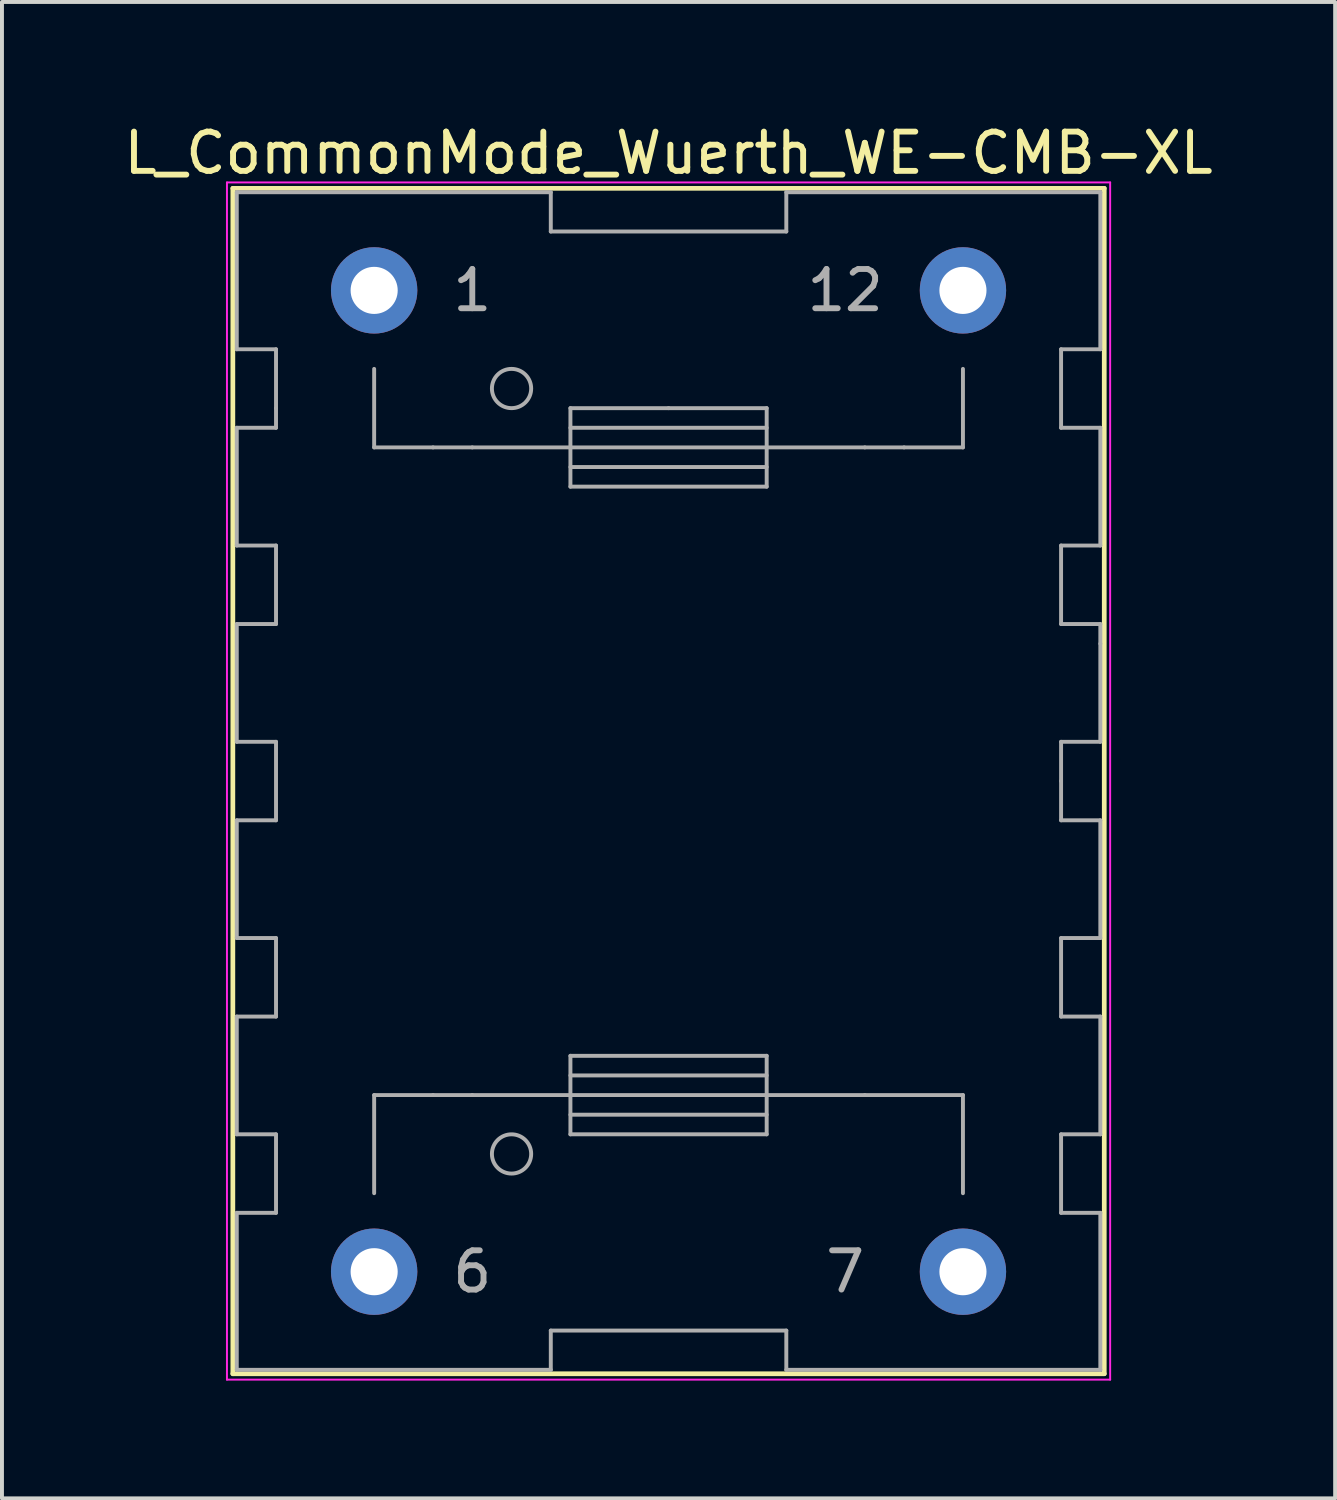
<source format=kicad_pcb>
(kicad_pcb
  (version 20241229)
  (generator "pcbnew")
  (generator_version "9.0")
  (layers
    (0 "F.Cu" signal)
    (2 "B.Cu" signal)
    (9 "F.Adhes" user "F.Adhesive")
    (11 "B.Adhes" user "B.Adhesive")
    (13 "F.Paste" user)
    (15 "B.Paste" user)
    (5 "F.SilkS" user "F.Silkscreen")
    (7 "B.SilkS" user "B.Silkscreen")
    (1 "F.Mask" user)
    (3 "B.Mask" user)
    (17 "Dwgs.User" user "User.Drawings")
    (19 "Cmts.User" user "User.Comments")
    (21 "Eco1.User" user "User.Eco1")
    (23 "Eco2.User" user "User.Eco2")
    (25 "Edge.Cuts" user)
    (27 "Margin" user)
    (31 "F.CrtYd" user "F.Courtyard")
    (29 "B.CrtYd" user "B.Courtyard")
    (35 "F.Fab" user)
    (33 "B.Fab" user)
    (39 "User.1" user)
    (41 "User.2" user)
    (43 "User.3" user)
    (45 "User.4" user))
  (footprint "L_CommonMode_Wuerth_WE-CMB-XL"
    (layer "F.Cu")
    (at 6.482 4.348)
    (property "Reference" "L_CommonMode_Wuerth_WE-CMB-XL" (at 7.5 -3.5 0) (layer "F.SilkS") (effects (font (size 1 1) (thickness 0.15))))
    (attr through_hole)
    (fp_line (start -3.6 -2.6) (end -3.6 27.6) (stroke (width 0.12) (type solid)) (layer "F.SilkS"))
    (fp_line (start -3.6 27.6) (end 18.6 27.6) (stroke (width 0.12) (type solid)) (layer "F.SilkS"))
    (fp_line (start 18.6 -2.6) (end -3.6 -2.6) (stroke (width 0.12) (type solid)) (layer "F.SilkS"))
    (fp_line (start 18.6 27.6) (end 18.6 -2.6) (stroke (width 0.12) (type solid)) (layer "F.SilkS"))
    (fp_line (start -3.75 -2.75) (end 18.75 -2.75) (stroke (width 0.05) (type solid)) (layer "F.CrtYd"))
    (fp_line (start -3.75 27.75) (end -3.75 -2.75) (stroke (width 0.05) (type solid)) (layer "F.CrtYd"))
    (fp_line (start 18.75 -2.75) (end 18.75 27.75) (stroke (width 0.05) (type solid)) (layer "F.CrtYd"))
    (fp_line (start 18.75 27.75) (end -3.75 27.75) (stroke (width 0.05) (type solid)) (layer "F.CrtYd"))
    (fp_line (start -3.5 -2.5) (end -3.5 1.5) (stroke (width 0.1) (type solid)) (layer "F.Fab"))
    (fp_line (start -3.5 1.5) (end -2.5 1.5) (stroke (width 0.1) (type solid)) (layer "F.Fab"))
    (fp_line (start -3.5 3.5) (end -3.5 6.5) (stroke (width 0.1) (type solid)) (layer "F.Fab"))
    (fp_line (start -3.5 6.5) (end -2.5 6.5) (stroke (width 0.1) (type solid)) (layer "F.Fab"))
    (fp_line (start -3.5 8.5) (end -3.5 11.5) (stroke (width 0.1) (type solid)) (layer "F.Fab"))
    (fp_line (start -3.5 11.5) (end -2.5 11.5) (stroke (width 0.1) (type solid)) (layer "F.Fab"))
    (fp_line (start -3.5 13.5) (end -3.5 16.5) (stroke (width 0.1) (type solid)) (layer "F.Fab"))
    (fp_line (start -3.5 16.5) (end -2.5 16.5) (stroke (width 0.1) (type solid)) (layer "F.Fab"))
    (fp_line (start -3.5 18.5) (end -3.5 21.5) (stroke (width 0.1) (type solid)) (layer "F.Fab"))
    (fp_line (start -3.5 21.5) (end -2.5 21.5) (stroke (width 0.1) (type solid)) (layer "F.Fab"))
    (fp_line (start -3.5 23.5) (end -3.5 27.5) (stroke (width 0.1) (type solid)) (layer "F.Fab"))
    (fp_line (start -2.5 1.5) (end -2.5 3) (stroke (width 0.1) (type solid)) (layer "F.Fab"))
    (fp_line (start -2.5 3) (end -2.5 3.5) (stroke (width 0.1) (type solid)) (layer "F.Fab"))
    (fp_line (start -2.5 3.5) (end -3.5 3.5) (stroke (width 0.1) (type solid)) (layer "F.Fab"))
    (fp_line (start -2.5 6.5) (end -2.5 8.5) (stroke (width 0.1) (type solid)) (layer "F.Fab"))
    (fp_line (start -2.5 8.5) (end -3.5 8.5) (stroke (width 0.1) (type solid)) (layer "F.Fab"))
    (fp_line (start -2.5 11.5) (end -2.5 13.5) (stroke (width 0.1) (type solid)) (layer "F.Fab"))
    (fp_line (start -2.5 13.5) (end -3.5 13.5) (stroke (width 0.1) (type solid)) (layer "F.Fab"))
    (fp_line (start -2.5 16.5) (end -2.5 18.5) (stroke (width 0.1) (type solid)) (layer "F.Fab"))
    (fp_line (start -2.5 18.5) (end -3.5 18.5) (stroke (width 0.1) (type solid)) (layer "F.Fab"))
    (fp_line (start -2.5 21.5) (end -2.5 23.5) (stroke (width 0.1) (type solid)) (layer "F.Fab"))
    (fp_line (start -2.5 23.5) (end -3.5 23.5) (stroke (width 0.1) (type solid)) (layer "F.Fab"))
    (fp_line (start 0 4) (end 0 2) (stroke (width 0.1) (type solid)) (layer "F.Fab"))
    (fp_line (start 0 20.5) (end 0 23) (stroke (width 0.1) (type solid)) (layer "F.Fab"))
    (fp_line (start 1.5 4) (end 0 4) (stroke (width 0.1) (type solid)) (layer "F.Fab"))
    (fp_line (start 1.5 20.5) (end 0 20.5) (stroke (width 0.1) (type solid)) (layer "F.Fab"))
    (fp_line (start 2.5 4) (end 1.5 4) (stroke (width 0.1) (type solid)) (layer "F.Fab"))
    (fp_line (start 2.5 20.5) (end 1.5 20.5) (stroke (width 0.1) (type solid)) (layer "F.Fab"))
    (fp_line (start 2.5 20.5) (end 5 20.5) (stroke (width 0.1) (type solid)) (layer "F.Fab"))
    (fp_line (start 4.5 -2.5) (end -3.5 -2.5) (stroke (width 0.1) (type solid)) (layer "F.Fab"))
    (fp_line (start 4.5 -1.5) (end 4.5 -2.5) (stroke (width 0.1) (type solid)) (layer "F.Fab"))
    (fp_line (start 4.5 26.5) (end 4.5 27.5) (stroke (width 0.1) (type solid)) (layer "F.Fab"))
    (fp_line (start 4.5 27.5) (end -3.5 27.5) (stroke (width 0.1) (type solid)) (layer "F.Fab"))
    (fp_line (start 5 3) (end 7.5 3) (stroke (width 0.1) (type solid)) (layer "F.Fab"))
    (fp_line (start 5 4) (end 2.5 4) (stroke (width 0.1) (type solid)) (layer "F.Fab"))
    (fp_line (start 5 4) (end 10 4) (stroke (width 0.1) (type solid)) (layer "F.Fab"))
    (fp_line (start 5 4.5) (end 10 4.5) (stroke (width 0.1) (type solid)) (layer "F.Fab"))
    (fp_line (start 5 5) (end 5 3) (stroke (width 0.1) (type solid)) (layer "F.Fab"))
    (fp_line (start 5 19.5) (end 10 19.5) (stroke (width 0.1) (type solid)) (layer "F.Fab"))
    (fp_line (start 5 21) (end 10 21) (stroke (width 0.1) (type solid)) (layer "F.Fab"))
    (fp_line (start 5 21.5) (end 5 19.5) (stroke (width 0.1) (type solid)) (layer "F.Fab"))
    (fp_line (start 7.5 3) (end 10 3) (stroke (width 0.1) (type solid)) (layer "F.Fab"))
    (fp_line (start 10 3) (end 10 5) (stroke (width 0.1) (type solid)) (layer "F.Fab"))
    (fp_line (start 10 3.5) (end 5 3.5) (stroke (width 0.1) (type solid)) (layer "F.Fab"))
    (fp_line (start 10 4) (end 12.5 4) (stroke (width 0.1) (type solid)) (layer "F.Fab"))
    (fp_line (start 10 5) (end 5 5) (stroke (width 0.1) (type solid)) (layer "F.Fab"))
    (fp_line (start 10 19.5) (end 10 21.5) (stroke (width 0.1) (type solid)) (layer "F.Fab"))
    (fp_line (start 10 20) (end 5 20) (stroke (width 0.1) (type solid)) (layer "F.Fab"))
    (fp_line (start 10 20.5) (end 5 20.5) (stroke (width 0.1) (type solid)) (layer "F.Fab"))
    (fp_line (start 10 21.5) (end 5 21.5) (stroke (width 0.1) (type solid)) (layer "F.Fab"))
    (fp_line (start 10.5 -2.5) (end 10.5 -1.5) (stroke (width 0.1) (type solid)) (layer "F.Fab"))
    (fp_line (start 10.5 -1.5) (end 4.5 -1.5) (stroke (width 0.1) (type solid)) (layer "F.Fab"))
    (fp_line (start 10.5 26.5) (end 4.5 26.5) (stroke (width 0.1) (type solid)) (layer "F.Fab"))
    (fp_line (start 10.5 27.5) (end 10.5 26.5) (stroke (width 0.1) (type solid)) (layer "F.Fab"))
    (fp_line (start 12.5 4) (end 13.5 4) (stroke (width 0.1) (type solid)) (layer "F.Fab"))
    (fp_line (start 12.5 20.5) (end 10 20.5) (stroke (width 0.1) (type solid)) (layer "F.Fab"))
    (fp_line (start 12.5 20.5) (end 15 20.5) (stroke (width 0.1) (type solid)) (layer "F.Fab"))
    (fp_line (start 13.5 4) (end 15 4) (stroke (width 0.1) (type solid)) (layer "F.Fab"))
    (fp_line (start 15 4) (end 15 2) (stroke (width 0.1) (type solid)) (layer "F.Fab"))
    (fp_line (start 15 20.5) (end 15 23) (stroke (width 0.1) (type solid)) (layer "F.Fab"))
    (fp_line (start 17.5 1.5) (end 18.5 1.5) (stroke (width 0.1) (type solid)) (layer "F.Fab"))
    (fp_line (start 17.5 3.5) (end 17.5 1.5) (stroke (width 0.1) (type solid)) (layer "F.Fab"))
    (fp_line (start 17.5 6.5) (end 18.5 6.5) (stroke (width 0.1) (type solid)) (layer "F.Fab"))
    (fp_line (start 17.5 8.5) (end 17.5 6.5) (stroke (width 0.1) (type solid)) (layer "F.Fab"))
    (fp_line (start 17.5 11.5) (end 18.5 11.5) (stroke (width 0.1) (type solid)) (layer "F.Fab"))
    (fp_line (start 17.5 12.5) (end 17.5 11.5) (stroke (width 0.1) (type solid)) (layer "F.Fab"))
    (fp_line (start 17.5 12.5) (end 17.5 13.5) (stroke (width 0.1) (type solid)) (layer "F.Fab"))
    (fp_line (start 17.5 13.5) (end 18.5 13.5) (stroke (width 0.1) (type solid)) (layer "F.Fab"))
    (fp_line (start 17.5 16.5) (end 17.5 18.5) (stroke (width 0.1) (type solid)) (layer "F.Fab"))
    (fp_line (start 17.5 18.5) (end 18.5 18.5) (stroke (width 0.1) (type solid)) (layer "F.Fab"))
    (fp_line (start 17.5 21.5) (end 17.5 23.5) (stroke (width 0.1) (type solid)) (layer "F.Fab"))
    (fp_line (start 17.5 23.5) (end 18.5 23.5) (stroke (width 0.1) (type solid)) (layer "F.Fab"))
    (fp_line (start 18.5 -2.5) (end 10.5 -2.5) (stroke (width 0.1) (type solid)) (layer "F.Fab"))
    (fp_line (start 18.5 1.5) (end 18.5 -2.5) (stroke (width 0.1) (type solid)) (layer "F.Fab"))
    (fp_line (start 18.5 3.5) (end 17.5 3.5) (stroke (width 0.1) (type solid)) (layer "F.Fab"))
    (fp_line (start 18.5 6.5) (end 18.5 3.5) (stroke (width 0.1) (type solid)) (layer "F.Fab"))
    (fp_line (start 18.5 8.5) (end 17.5 8.5) (stroke (width 0.1) (type solid)) (layer "F.Fab"))
    (fp_line (start 18.5 9) (end 18.5 8.5) (stroke (width 0.1) (type solid)) (layer "F.Fab"))
    (fp_line (start 18.5 11.5) (end 18.5 9) (stroke (width 0.1) (type solid)) (layer "F.Fab"))
    (fp_line (start 18.5 13.5) (end 18.5 16.5) (stroke (width 0.1) (type solid)) (layer "F.Fab"))
    (fp_line (start 18.5 16.5) (end 17.5 16.5) (stroke (width 0.1) (type solid)) (layer "F.Fab"))
    (fp_line (start 18.5 18.5) (end 18.5 21.5) (stroke (width 0.1) (type solid)) (layer "F.Fab"))
    (fp_line (start 18.5 21.5) (end 17.5 21.5) (stroke (width 0.1) (type solid)) (layer "F.Fab"))
    (fp_line (start 18.5 23.5) (end 18.5 27.5) (stroke (width 0.1) (type solid)) (layer "F.Fab"))
    (fp_line (start 18.5 27.5) (end 10.5 27.5) (stroke (width 0.1) (type solid)) (layer "F.Fab"))
    (fp_circle (center 3.5 2.5) (end 4 2.5) (stroke (width 0.1) (type solid)) (fill no) (layer "F.Fab"))
    (fp_circle (center 3.5 22) (end 4 22) (stroke (width 0.1) (type solid)) (fill no) (layer "F.Fab"))
    (fp_text user "7" (at 12 25 0) (layer "F.Fab") (effects (font (size 1 1) (thickness 0.15))))
    (fp_text user "1" (at 2.5 0 0) (layer "F.Fab") (effects (font (size 1 1) (thickness 0.15))))
    (fp_text user "12" (at 12 0 0) (layer "F.Fab") (effects (font (size 1 1) (thickness 0.15))))
    (fp_text user "6" (at 2.5 25 0) (layer "F.Fab") (effects (font (size 1 1) (thickness 0.15))))
    (pad "1" thru_hole circle (at 0 0) (size 2.2 2.2) (drill 1.2) (layers "*.Cu" "*.Mask"))
    (pad "6" thru_hole circle (at 0 25) (size 2.2 2.2) (drill 1.2) (layers "*.Cu" "*.Mask"))
    (pad "7" thru_hole circle (at 15 25) (size 2.2 2.2) (drill 1.2) (layers "*.Cu" "*.Mask"))
    (pad "12" thru_hole circle (at 15 0) (size 2.2 2.2) (drill 1.2) (layers "*.Cu" "*.Mask")))
  (gr_rect
    (start -3 -3)
    (end 30.964 35.123)
    (stroke (width 0.1) (type default))
    (fill no)
    (layer "Edge.Cuts")))
</source>
